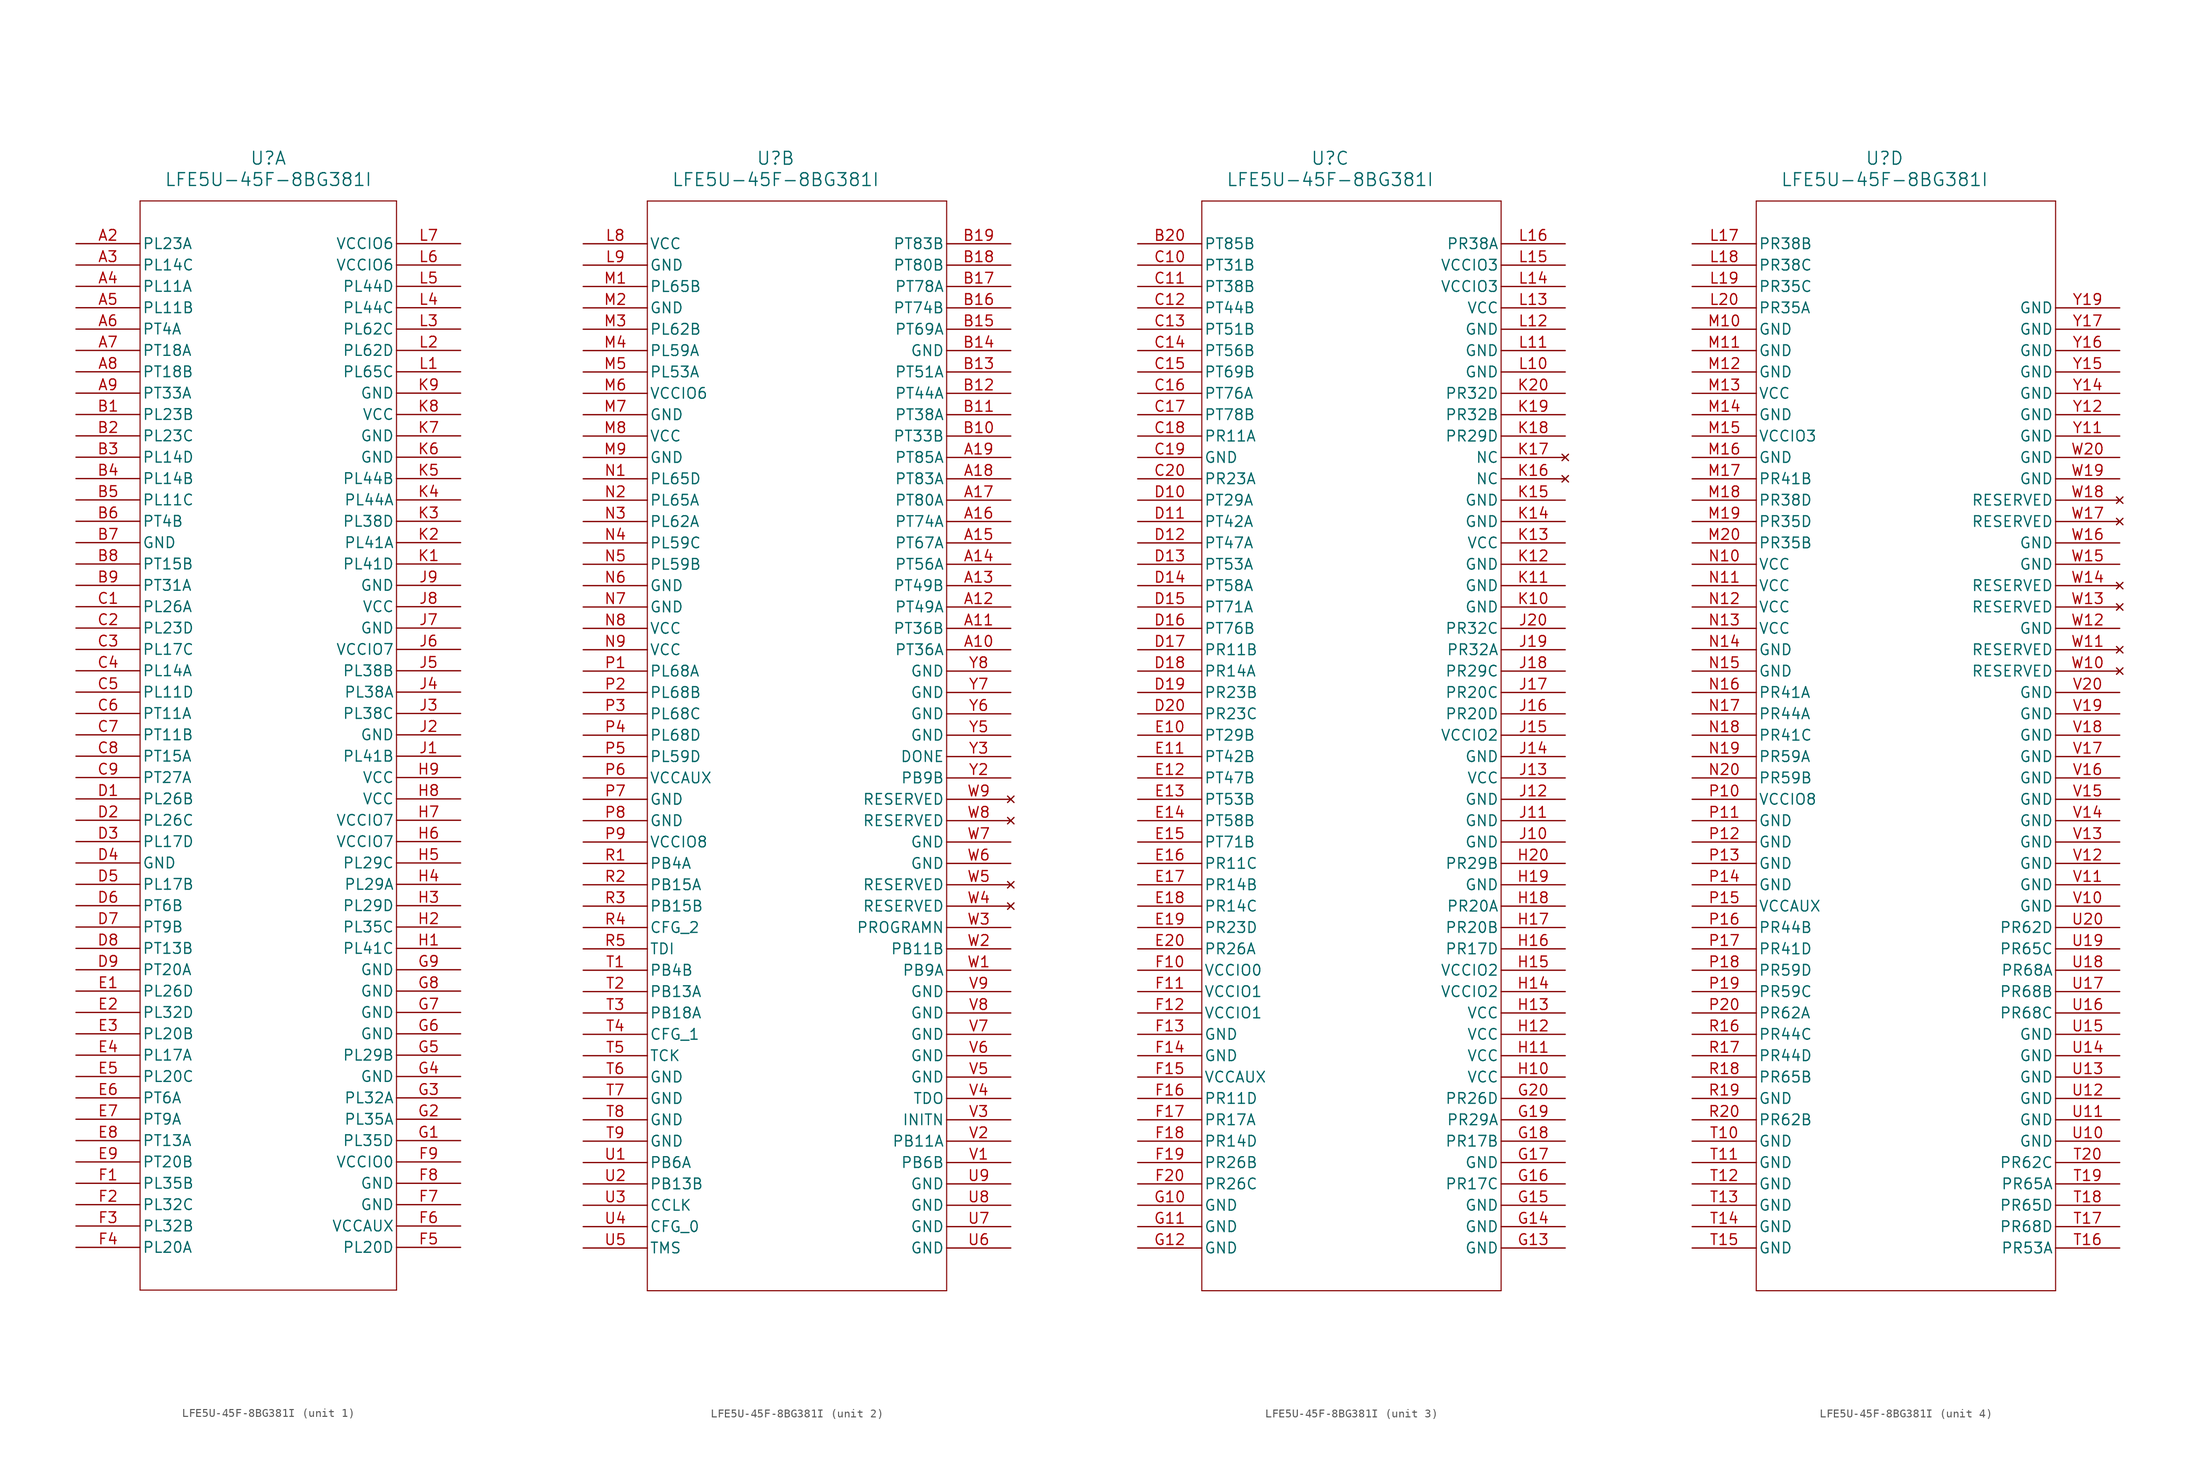
<source format=kicad_sym>
(kicad_symbol_lib
  (version 20211014)
  (generator kicad_symbol_editor)
  (symbol "LFE5U-45F-8BG381I"
    (pin_names
      (offset 0.254))
    (property "Reference" "U"
      (at 22.86 10.16 0)
      (effects (font (size 1.524 1.524))))
    (property "Value" "LFE5U-45F-8BG381I"
      (at 22.86 7.62 0)
      (effects (font (size 1.524 1.524))))
    (symbol "LFE5U-45F-8BG381I_1_1"
      (polyline (pts (xy 7.62 5.08) (xy 7.62 -124.46)) (stroke (width 0.127) (type default) (color 0 0 0 0)) (fill (type none)))
      (polyline (pts (xy 7.62 -124.46) (xy 38.1 -124.46)) (stroke (width 0.127) (type default) (color 0 0 0 0)) (fill (type none)))
      (polyline (pts (xy 38.1 -124.46) (xy 38.1 5.08)) (stroke (width 0.127) (type default) (color 0 0 0 0)) (fill (type none)))
      (polyline (pts (xy 38.1 5.08) (xy 7.62 5.08)) (stroke (width 0.127) (type default) (color 0 0 0 0)) (fill (type none)))
      (pin bidirectional line (at 0 0 0) (length 7.62) (name "PL23A" (effects (font (size 1.27 1.27)))) (number "A2" (effects (font (size 1.27 1.27)))))
      (pin bidirectional line (at 0 -2.54 0) (length 7.62) (name "PL14C" (effects (font (size 1.27 1.27)))) (number "A3" (effects (font (size 1.27 1.27)))))
      (pin bidirectional line (at 0 -5.08 0) (length 7.62) (name "PL11A" (effects (font (size 1.27 1.27)))) (number "A4" (effects (font (size 1.27 1.27)))))
      (pin bidirectional line (at 0 -7.62 0) (length 7.62) (name "PL11B" (effects (font (size 1.27 1.27)))) (number "A5" (effects (font (size 1.27 1.27)))))
      (pin bidirectional line (at 0 -10.16 0) (length 7.62) (name "PT4A" (effects (font (size 1.27 1.27)))) (number "A6" (effects (font (size 1.27 1.27)))))
      (pin bidirectional line (at 0 -12.7 0) (length 7.62) (name "PT18A" (effects (font (size 1.27 1.27)))) (number "A7" (effects (font (size 1.27 1.27)))))
      (pin bidirectional line (at 0 -15.24 0) (length 7.62) (name "PT18B" (effects (font (size 1.27 1.27)))) (number "A8" (effects (font (size 1.27 1.27)))))
      (pin bidirectional line (at 0 -17.78 0) (length 7.62) (name "PT33A" (effects (font (size 1.27 1.27)))) (number "A9" (effects (font (size 1.27 1.27)))))
      (pin bidirectional line (at 0 -20.32 0) (length 7.62) (name "PL23B" (effects (font (size 1.27 1.27)))) (number "B1" (effects (font (size 1.27 1.27)))))
      (pin bidirectional line (at 0 -22.86 0) (length 7.62) (name "PL23C" (effects (font (size 1.27 1.27)))) (number "B2" (effects (font (size 1.27 1.27)))))
      (pin bidirectional line (at 0 -25.4 0) (length 7.62) (name "PL14D" (effects (font (size 1.27 1.27)))) (number "B3" (effects (font (size 1.27 1.27)))))
      (pin bidirectional line (at 0 -27.94 0) (length 7.62) (name "PL14B" (effects (font (size 1.27 1.27)))) (number "B4" (effects (font (size 1.27 1.27)))))
      (pin bidirectional line (at 0 -30.48 0) (length 7.62) (name "PL11C" (effects (font (size 1.27 1.27)))) (number "B5" (effects (font (size 1.27 1.27)))))
      (pin bidirectional line (at 0 -33.02 0) (length 7.62) (name "PT4B" (effects (font (size 1.27 1.27)))) (number "B6" (effects (font (size 1.27 1.27)))))
      (pin power_out line (at 0 -35.56 0) (length 7.62) (name "GND" (effects (font (size 1.27 1.27)))) (number "B7" (effects (font (size 1.27 1.27)))))
      (pin bidirectional line (at 0 -38.1 0) (length 7.62) (name "PT15B" (effects (font (size 1.27 1.27)))) (number "B8" (effects (font (size 1.27 1.27)))))
      (pin bidirectional line (at 0 -40.64 0) (length 7.62) (name "PT31A" (effects (font (size 1.27 1.27)))) (number "B9" (effects (font (size 1.27 1.27)))))
      (pin bidirectional line (at 0 -43.18 0) (length 7.62) (name "PL26A" (effects (font (size 1.27 1.27)))) (number "C1" (effects (font (size 1.27 1.27)))))
      (pin bidirectional line (at 0 -45.72 0) (length 7.62) (name "PL23D" (effects (font (size 1.27 1.27)))) (number "C2" (effects (font (size 1.27 1.27)))))
      (pin bidirectional line (at 0 -48.26 0) (length 7.62) (name "PL17C" (effects (font (size 1.27 1.27)))) (number "C3" (effects (font (size 1.27 1.27)))))
      (pin bidirectional line (at 0 -50.8 0) (length 7.62) (name "PL14A" (effects (font (size 1.27 1.27)))) (number "C4" (effects (font (size 1.27 1.27)))))
      (pin bidirectional line (at 0 -53.34 0) (length 7.62) (name "PL11D" (effects (font (size 1.27 1.27)))) (number "C5" (effects (font (size 1.27 1.27)))))
      (pin bidirectional line (at 0 -55.88 0) (length 7.62) (name "PT11A" (effects (font (size 1.27 1.27)))) (number "C6" (effects (font (size 1.27 1.27)))))
      (pin bidirectional line (at 0 -58.42 0) (length 7.62) (name "PT11B" (effects (font (size 1.27 1.27)))) (number "C7" (effects (font (size 1.27 1.27)))))
      (pin bidirectional line (at 0 -60.96 0) (length 7.62) (name "PT15A" (effects (font (size 1.27 1.27)))) (number "C8" (effects (font (size 1.27 1.27)))))
      (pin bidirectional line (at 0 -63.5 0) (length 7.62) (name "PT27A" (effects (font (size 1.27 1.27)))) (number "C9" (effects (font (size 1.27 1.27)))))
      (pin bidirectional line (at 0 -66.04 0) (length 7.62) (name "PL26B" (effects (font (size 1.27 1.27)))) (number "D1" (effects (font (size 1.27 1.27)))))
      (pin bidirectional line (at 0 -68.58 0) (length 7.62) (name "PL26C" (effects (font (size 1.27 1.27)))) (number "D2" (effects (font (size 1.27 1.27)))))
      (pin bidirectional line (at 0 -71.12 0) (length 7.62) (name "PL17D" (effects (font (size 1.27 1.27)))) (number "D3" (effects (font (size 1.27 1.27)))))
      (pin power_out line (at 0 -73.66 0) (length 7.62) (name "GND" (effects (font (size 1.27 1.27)))) (number "D4" (effects (font (size 1.27 1.27)))))
      (pin bidirectional line (at 0 -76.2 0) (length 7.62) (name "PL17B" (effects (font (size 1.27 1.27)))) (number "D5" (effects (font (size 1.27 1.27)))))
      (pin bidirectional line (at 0 -78.74 0) (length 7.62) (name "PT6B" (effects (font (size 1.27 1.27)))) (number "D6" (effects (font (size 1.27 1.27)))))
      (pin bidirectional line (at 0 -81.28 0) (length 7.62) (name "PT9B" (effects (font (size 1.27 1.27)))) (number "D7" (effects (font (size 1.27 1.27)))))
      (pin bidirectional line (at 0 -83.82 0) (length 7.62) (name "PT13B" (effects (font (size 1.27 1.27)))) (number "D8" (effects (font (size 1.27 1.27)))))
      (pin bidirectional line (at 0 -86.36 0) (length 7.62) (name "PT20A" (effects (font (size 1.27 1.27)))) (number "D9" (effects (font (size 1.27 1.27)))))
      (pin bidirectional line (at 0 -88.9 0) (length 7.62) (name "PL26D" (effects (font (size 1.27 1.27)))) (number "E1" (effects (font (size 1.27 1.27)))))
      (pin bidirectional line (at 0 -91.44 0) (length 7.62) (name "PL32D" (effects (font (size 1.27 1.27)))) (number "E2" (effects (font (size 1.27 1.27)))))
      (pin bidirectional line (at 0 -93.98 0) (length 7.62) (name "PL20B" (effects (font (size 1.27 1.27)))) (number "E3" (effects (font (size 1.27 1.27)))))
      (pin bidirectional line (at 0 -96.52 0) (length 7.62) (name "PL17A" (effects (font (size 1.27 1.27)))) (number "E4" (effects (font (size 1.27 1.27)))))
      (pin bidirectional line (at 0 -99.06 0) (length 7.62) (name "PL20C" (effects (font (size 1.27 1.27)))) (number "E5" (effects (font (size 1.27 1.27)))))
      (pin bidirectional line (at 0 -101.6 0) (length 7.62) (name "PT6A" (effects (font (size 1.27 1.27)))) (number "E6" (effects (font (size 1.27 1.27)))))
      (pin bidirectional line (at 0 -104.14 0) (length 7.62) (name "PT9A" (effects (font (size 1.27 1.27)))) (number "E7" (effects (font (size 1.27 1.27)))))
      (pin bidirectional line (at 0 -106.68 0) (length 7.62) (name "PT13A" (effects (font (size 1.27 1.27)))) (number "E8" (effects (font (size 1.27 1.27)))))
      (pin bidirectional line (at 0 -109.22 0) (length 7.62) (name "PT20B" (effects (font (size 1.27 1.27)))) (number "E9" (effects (font (size 1.27 1.27)))))
      (pin bidirectional line (at 0 -111.76 0) (length 7.62) (name "PL35B" (effects (font (size 1.27 1.27)))) (number "F1" (effects (font (size 1.27 1.27)))))
      (pin bidirectional line (at 0 -114.3 0) (length 7.62) (name "PL32C" (effects (font (size 1.27 1.27)))) (number "F2" (effects (font (size 1.27 1.27)))))
      (pin bidirectional line (at 0 -116.84 0) (length 7.62) (name "PL32B" (effects (font (size 1.27 1.27)))) (number "F3" (effects (font (size 1.27 1.27)))))
      (pin bidirectional line (at 0 -119.38 0) (length 7.62) (name "PL20A" (effects (font (size 1.27 1.27)))) (number "F4" (effects (font (size 1.27 1.27)))))
      (pin bidirectional line (at 45.72 -119.38 180) (length 7.62) (name "PL20D" (effects (font (size 1.27 1.27)))) (number "F5" (effects (font (size 1.27 1.27)))))
      (pin power_in line (at 45.72 -116.84 180) (length 7.62) (name "VCCAUX" (effects (font (size 1.27 1.27)))) (number "F6" (effects (font (size 1.27 1.27)))))
      (pin power_out line (at 45.72 -114.3 180) (length 7.62) (name "GND" (effects (font (size 1.27 1.27)))) (number "F7" (effects (font (size 1.27 1.27)))))
      (pin power_out line (at 45.72 -111.76 180) (length 7.62) (name "GND" (effects (font (size 1.27 1.27)))) (number "F8" (effects (font (size 1.27 1.27)))))
      (pin power_in line (at 45.72 -109.22 180) (length 7.62) (name "VCCIO0" (effects (font (size 1.27 1.27)))) (number "F9" (effects (font (size 1.27 1.27)))))
      (pin bidirectional line (at 45.72 -106.68 180) (length 7.62) (name "PL35D" (effects (font (size 1.27 1.27)))) (number "G1" (effects (font (size 1.27 1.27)))))
      (pin bidirectional line (at 45.72 -104.14 180) (length 7.62) (name "PL35A" (effects (font (size 1.27 1.27)))) (number "G2" (effects (font (size 1.27 1.27)))))
      (pin bidirectional line (at 45.72 -101.6 180) (length 7.62) (name "PL32A" (effects (font (size 1.27 1.27)))) (number "G3" (effects (font (size 1.27 1.27)))))
      (pin power_out line (at 45.72 -99.06 180) (length 7.62) (name "GND" (effects (font (size 1.27 1.27)))) (number "G4" (effects (font (size 1.27 1.27)))))
      (pin bidirectional line (at 45.72 -96.52 180) (length 7.62) (name "PL29B" (effects (font (size 1.27 1.27)))) (number "G5" (effects (font (size 1.27 1.27)))))
      (pin power_out line (at 45.72 -93.98 180) (length 7.62) (name "GND" (effects (font (size 1.27 1.27)))) (number "G6" (effects (font (size 1.27 1.27)))))
      (pin power_out line (at 45.72 -91.44 180) (length 7.62) (name "GND" (effects (font (size 1.27 1.27)))) (number "G7" (effects (font (size 1.27 1.27)))))
      (pin power_out line (at 45.72 -88.9 180) (length 7.62) (name "GND" (effects (font (size 1.27 1.27)))) (number "G8" (effects (font (size 1.27 1.27)))))
      (pin power_out line (at 45.72 -86.36 180) (length 7.62) (name "GND" (effects (font (size 1.27 1.27)))) (number "G9" (effects (font (size 1.27 1.27)))))
      (pin bidirectional line (at 45.72 -83.82 180) (length 7.62) (name "PL41C" (effects (font (size 1.27 1.27)))) (number "H1" (effects (font (size 1.27 1.27)))))
      (pin bidirectional line (at 45.72 -81.28 180) (length 7.62) (name "PL35C" (effects (font (size 1.27 1.27)))) (number "H2" (effects (font (size 1.27 1.27)))))
      (pin bidirectional line (at 45.72 -78.74 180) (length 7.62) (name "PL29D" (effects (font (size 1.27 1.27)))) (number "H3" (effects (font (size 1.27 1.27)))))
      (pin bidirectional line (at 45.72 -76.2 180) (length 7.62) (name "PL29A" (effects (font (size 1.27 1.27)))) (number "H4" (effects (font (size 1.27 1.27)))))
      (pin bidirectional line (at 45.72 -73.66 180) (length 7.62) (name "PL29C" (effects (font (size 1.27 1.27)))) (number "H5" (effects (font (size 1.27 1.27)))))
      (pin power_in line (at 45.72 -71.12 180) (length 7.62) (name "VCCIO7" (effects (font (size 1.27 1.27)))) (number "H6" (effects (font (size 1.27 1.27)))))
      (pin power_in line (at 45.72 -68.58 180) (length 7.62) (name "VCCIO7" (effects (font (size 1.27 1.27)))) (number "H7" (effects (font (size 1.27 1.27)))))
      (pin power_in line (at 45.72 -66.04 180) (length 7.62) (name "VCC" (effects (font (size 1.27 1.27)))) (number "H8" (effects (font (size 1.27 1.27)))))
      (pin power_in line (at 45.72 -63.5 180) (length 7.62) (name "VCC" (effects (font (size 1.27 1.27)))) (number "H9" (effects (font (size 1.27 1.27)))))
      (pin bidirectional line (at 45.72 -60.96 180) (length 7.62) (name "PL41B" (effects (font (size 1.27 1.27)))) (number "J1" (effects (font (size 1.27 1.27)))))
      (pin power_out line (at 45.72 -58.42 180) (length 7.62) (name "GND" (effects (font (size 1.27 1.27)))) (number "J2" (effects (font (size 1.27 1.27)))))
      (pin bidirectional line (at 45.72 -55.88 180) (length 7.62) (name "PL38C" (effects (font (size 1.27 1.27)))) (number "J3" (effects (font (size 1.27 1.27)))))
      (pin bidirectional line (at 45.72 -53.34 180) (length 7.62) (name "PL38A" (effects (font (size 1.27 1.27)))) (number "J4" (effects (font (size 1.27 1.27)))))
      (pin bidirectional line (at 45.72 -50.8 180) (length 7.62) (name "PL38B" (effects (font (size 1.27 1.27)))) (number "J5" (effects (font (size 1.27 1.27)))))
      (pin power_in line (at 45.72 -48.26 180) (length 7.62) (name "VCCIO7" (effects (font (size 1.27 1.27)))) (number "J6" (effects (font (size 1.27 1.27)))))
      (pin power_out line (at 45.72 -45.72 180) (length 7.62) (name "GND" (effects (font (size 1.27 1.27)))) (number "J7" (effects (font (size 1.27 1.27)))))
      (pin power_in line (at 45.72 -43.18 180) (length 7.62) (name "VCC" (effects (font (size 1.27 1.27)))) (number "J8" (effects (font (size 1.27 1.27)))))
      (pin power_out line (at 45.72 -40.64 180) (length 7.62) (name "GND" (effects (font (size 1.27 1.27)))) (number "J9" (effects (font (size 1.27 1.27)))))
      (pin bidirectional line (at 45.72 -38.1 180) (length 7.62) (name "PL41D" (effects (font (size 1.27 1.27)))) (number "K1" (effects (font (size 1.27 1.27)))))
      (pin bidirectional line (at 45.72 -35.56 180) (length 7.62) (name "PL41A" (effects (font (size 1.27 1.27)))) (number "K2" (effects (font (size 1.27 1.27)))))
      (pin bidirectional line (at 45.72 -33.02 180) (length 7.62) (name "PL38D" (effects (font (size 1.27 1.27)))) (number "K3" (effects (font (size 1.27 1.27)))))
      (pin bidirectional line (at 45.72 -30.48 180) (length 7.62) (name "PL44A" (effects (font (size 1.27 1.27)))) (number "K4" (effects (font (size 1.27 1.27)))))
      (pin bidirectional line (at 45.72 -27.94 180) (length 7.62) (name "PL44B" (effects (font (size 1.27 1.27)))) (number "K5" (effects (font (size 1.27 1.27)))))
      (pin power_out line (at 45.72 -25.4 180) (length 7.62) (name "GND" (effects (font (size 1.27 1.27)))) (number "K6" (effects (font (size 1.27 1.27)))))
      (pin power_out line (at 45.72 -22.86 180) (length 7.62) (name "GND" (effects (font (size 1.27 1.27)))) (number "K7" (effects (font (size 1.27 1.27)))))
      (pin power_in line (at 45.72 -20.32 180) (length 7.62) (name "VCC" (effects (font (size 1.27 1.27)))) (number "K8" (effects (font (size 1.27 1.27)))))
      (pin power_out line (at 45.72 -17.78 180) (length 7.62) (name "GND" (effects (font (size 1.27 1.27)))) (number "K9" (effects (font (size 1.27 1.27)))))
      (pin bidirectional line (at 45.72 -15.24 180) (length 7.62) (name "PL65C" (effects (font (size 1.27 1.27)))) (number "L1" (effects (font (size 1.27 1.27)))))
      (pin bidirectional line (at 45.72 -12.7 180) (length 7.62) (name "PL62D" (effects (font (size 1.27 1.27)))) (number "L2" (effects (font (size 1.27 1.27)))))
      (pin bidirectional line (at 45.72 -10.16 180) (length 7.62) (name "PL62C" (effects (font (size 1.27 1.27)))) (number "L3" (effects (font (size 1.27 1.27)))))
      (pin bidirectional line (at 45.72 -7.62 180) (length 7.62) (name "PL44C" (effects (font (size 1.27 1.27)))) (number "L4" (effects (font (size 1.27 1.27)))))
      (pin bidirectional line (at 45.72 -5.08 180) (length 7.62) (name "PL44D" (effects (font (size 1.27 1.27)))) (number "L5" (effects (font (size 1.27 1.27)))))
      (pin power_in line (at 45.72 -2.54 180) (length 7.62) (name "VCCIO6" (effects (font (size 1.27 1.27)))) (number "L6" (effects (font (size 1.27 1.27)))))
      (pin power_in line (at 45.72 0 180) (length 7.62) (name "VCCIO6" (effects (font (size 1.27 1.27)))) (number "L7" (effects (font (size 1.27 1.27))))))
    (symbol "LFE5U-45F-8BG381I_2_1"
      (polyline (pts (xy 7.62 5.08) (xy 7.62 -124.46)) (stroke (width 0.127) (type default) (color 0 0 0 0)) (fill (type none)))
      (polyline (pts (xy 7.62 -124.46) (xy 43.18 -124.46)) (stroke (width 0.127) (type default) (color 0 0 0 0)) (fill (type none)))
      (polyline (pts (xy 43.18 -124.46) (xy 43.18 5.08)) (stroke (width 0.127) (type default) (color 0 0 0 0)) (fill (type none)))
      (polyline (pts (xy 43.18 5.08) (xy 7.62 5.08)) (stroke (width 0.127) (type default) (color 0 0 0 0)) (fill (type none)))
      (pin power_in line (at 0 0 0) (length 7.62) (name "VCC" (effects (font (size 1.27 1.27)))) (number "L8" (effects (font (size 1.27 1.27)))))
      (pin power_out line (at 0 -2.54 0) (length 7.62) (name "GND" (effects (font (size 1.27 1.27)))) (number "L9" (effects (font (size 1.27 1.27)))))
      (pin bidirectional line (at 0 -5.08 0) (length 7.62) (name "PL65B" (effects (font (size 1.27 1.27)))) (number "M1" (effects (font (size 1.27 1.27)))))
      (pin power_out line (at 0 -7.62 0) (length 7.62) (name "GND" (effects (font (size 1.27 1.27)))) (number "M2" (effects (font (size 1.27 1.27)))))
      (pin bidirectional line (at 0 -10.16 0) (length 7.62) (name "PL62B" (effects (font (size 1.27 1.27)))) (number "M3" (effects (font (size 1.27 1.27)))))
      (pin bidirectional line (at 0 -12.7 0) (length 7.62) (name "PL59A" (effects (font (size 1.27 1.27)))) (number "M4" (effects (font (size 1.27 1.27)))))
      (pin bidirectional line (at 0 -15.24 0) (length 7.62) (name "PL53A" (effects (font (size 1.27 1.27)))) (number "M5" (effects (font (size 1.27 1.27)))))
      (pin power_in line (at 0 -17.78 0) (length 7.62) (name "VCCIO6" (effects (font (size 1.27 1.27)))) (number "M6" (effects (font (size 1.27 1.27)))))
      (pin power_out line (at 0 -20.32 0) (length 7.62) (name "GND" (effects (font (size 1.27 1.27)))) (number "M7" (effects (font (size 1.27 1.27)))))
      (pin power_in line (at 0 -22.86 0) (length 7.62) (name "VCC" (effects (font (size 1.27 1.27)))) (number "M8" (effects (font (size 1.27 1.27)))))
      (pin power_out line (at 0 -25.4 0) (length 7.62) (name "GND" (effects (font (size 1.27 1.27)))) (number "M9" (effects (font (size 1.27 1.27)))))
      (pin bidirectional line (at 0 -27.94 0) (length 7.62) (name "PL65D" (effects (font (size 1.27 1.27)))) (number "N1" (effects (font (size 1.27 1.27)))))
      (pin bidirectional line (at 0 -30.48 0) (length 7.62) (name "PL65A" (effects (font (size 1.27 1.27)))) (number "N2" (effects (font (size 1.27 1.27)))))
      (pin bidirectional line (at 0 -33.02 0) (length 7.62) (name "PL62A" (effects (font (size 1.27 1.27)))) (number "N3" (effects (font (size 1.27 1.27)))))
      (pin bidirectional line (at 0 -35.56 0) (length 7.62) (name "PL59C" (effects (font (size 1.27 1.27)))) (number "N4" (effects (font (size 1.27 1.27)))))
      (pin bidirectional line (at 0 -38.1 0) (length 7.62) (name "PL59B" (effects (font (size 1.27 1.27)))) (number "N5" (effects (font (size 1.27 1.27)))))
      (pin power_out line (at 0 -40.64 0) (length 7.62) (name "GND" (effects (font (size 1.27 1.27)))) (number "N6" (effects (font (size 1.27 1.27)))))
      (pin power_out line (at 0 -43.18 0) (length 7.62) (name "GND" (effects (font (size 1.27 1.27)))) (number "N7" (effects (font (size 1.27 1.27)))))
      (pin power_in line (at 0 -45.72 0) (length 7.62) (name "VCC" (effects (font (size 1.27 1.27)))) (number "N8" (effects (font (size 1.27 1.27)))))
      (pin power_in line (at 0 -48.26 0) (length 7.62) (name "VCC" (effects (font (size 1.27 1.27)))) (number "N9" (effects (font (size 1.27 1.27)))))
      (pin bidirectional line (at 0 -50.8 0) (length 7.62) (name "PL68A" (effects (font (size 1.27 1.27)))) (number "P1" (effects (font (size 1.27 1.27)))))
      (pin bidirectional line (at 0 -53.34 0) (length 7.62) (name "PL68B" (effects (font (size 1.27 1.27)))) (number "P2" (effects (font (size 1.27 1.27)))))
      (pin bidirectional line (at 0 -55.88 0) (length 7.62) (name "PL68C" (effects (font (size 1.27 1.27)))) (number "P3" (effects (font (size 1.27 1.27)))))
      (pin bidirectional line (at 0 -58.42 0) (length 7.62) (name "PL68D" (effects (font (size 1.27 1.27)))) (number "P4" (effects (font (size 1.27 1.27)))))
      (pin bidirectional line (at 0 -60.96 0) (length 7.62) (name "PL59D" (effects (font (size 1.27 1.27)))) (number "P5" (effects (font (size 1.27 1.27)))))
      (pin power_in line (at 0 -63.5 0) (length 7.62) (name "VCCAUX" (effects (font (size 1.27 1.27)))) (number "P6" (effects (font (size 1.27 1.27)))))
      (pin power_out line (at 0 -66.04 0) (length 7.62) (name "GND" (effects (font (size 1.27 1.27)))) (number "P7" (effects (font (size 1.27 1.27)))))
      (pin power_out line (at 0 -68.58 0) (length 7.62) (name "GND" (effects (font (size 1.27 1.27)))) (number "P8" (effects (font (size 1.27 1.27)))))
      (pin power_in line (at 0 -71.12 0) (length 7.62) (name "VCCIO8" (effects (font (size 1.27 1.27)))) (number "P9" (effects (font (size 1.27 1.27)))))
      (pin bidirectional line (at 0 -73.66 0) (length 7.62) (name "PB4A" (effects (font (size 1.27 1.27)))) (number "R1" (effects (font (size 1.27 1.27)))))
      (pin bidirectional line (at 0 -76.2 0) (length 7.62) (name "PB15A" (effects (font (size 1.27 1.27)))) (number "R2" (effects (font (size 1.27 1.27)))))
      (pin bidirectional line (at 0 -78.74 0) (length 7.62) (name "PB15B" (effects (font (size 1.27 1.27)))) (number "R3" (effects (font (size 1.27 1.27)))))
      (pin input line (at 0 -81.28 0) (length 7.62) (name "CFG_2" (effects (font (size 1.27 1.27)))) (number "R4" (effects (font (size 1.27 1.27)))))
      (pin input line (at 0 -83.82 0) (length 7.62) (name "TDI" (effects (font (size 1.27 1.27)))) (number "R5" (effects (font (size 1.27 1.27)))))
      (pin bidirectional line (at 0 -86.36 0) (length 7.62) (name "PB4B" (effects (font (size 1.27 1.27)))) (number "T1" (effects (font (size 1.27 1.27)))))
      (pin bidirectional line (at 0 -88.9 0) (length 7.62) (name "PB13A" (effects (font (size 1.27 1.27)))) (number "T2" (effects (font (size 1.27 1.27)))))
      (pin bidirectional line (at 0 -91.44 0) (length 7.62) (name "PB18A" (effects (font (size 1.27 1.27)))) (number "T3" (effects (font (size 1.27 1.27)))))
      (pin input line (at 0 -93.98 0) (length 7.62) (name "CFG_1" (effects (font (size 1.27 1.27)))) (number "T4" (effects (font (size 1.27 1.27)))))
      (pin input line (at 0 -96.52 0) (length 7.62) (name "TCK" (effects (font (size 1.27 1.27)))) (number "T5" (effects (font (size 1.27 1.27)))))
      (pin power_out line (at 0 -99.06 0) (length 7.62) (name "GND" (effects (font (size 1.27 1.27)))) (number "T6" (effects (font (size 1.27 1.27)))))
      (pin power_out line (at 0 -101.6 0) (length 7.62) (name "GND" (effects (font (size 1.27 1.27)))) (number "T7" (effects (font (size 1.27 1.27)))))
      (pin power_out line (at 0 -104.14 0) (length 7.62) (name "GND" (effects (font (size 1.27 1.27)))) (number "T8" (effects (font (size 1.27 1.27)))))
      (pin power_out line (at 0 -106.68 0) (length 7.62) (name "GND" (effects (font (size 1.27 1.27)))) (number "T9" (effects (font (size 1.27 1.27)))))
      (pin bidirectional line (at 0 -109.22 0) (length 7.62) (name "PB6A" (effects (font (size 1.27 1.27)))) (number "U1" (effects (font (size 1.27 1.27)))))
      (pin bidirectional line (at 0 -111.76 0) (length 7.62) (name "PB13B" (effects (font (size 1.27 1.27)))) (number "U2" (effects (font (size 1.27 1.27)))))
      (pin bidirectional line (at 0 -114.3 0) (length 7.62) (name "CCLK" (effects (font (size 1.27 1.27)))) (number "U3" (effects (font (size 1.27 1.27)))))
      (pin input line (at 0 -116.84 0) (length 7.62) (name "CFG_0" (effects (font (size 1.27 1.27)))) (number "U4" (effects (font (size 1.27 1.27)))))
      (pin input line (at 0 -119.38 0) (length 7.62) (name "TMS" (effects (font (size 1.27 1.27)))) (number "U5" (effects (font (size 1.27 1.27)))))
      (pin power_out line (at 50.8 -119.38 180) (length 7.62) (name "GND" (effects (font (size 1.27 1.27)))) (number "U6" (effects (font (size 1.27 1.27)))))
      (pin power_out line (at 50.8 -116.84 180) (length 7.62) (name "GND" (effects (font (size 1.27 1.27)))) (number "U7" (effects (font (size 1.27 1.27)))))
      (pin power_out line (at 50.8 -114.3 180) (length 7.62) (name "GND" (effects (font (size 1.27 1.27)))) (number "U8" (effects (font (size 1.27 1.27)))))
      (pin power_out line (at 50.8 -111.76 180) (length 7.62) (name "GND" (effects (font (size 1.27 1.27)))) (number "U9" (effects (font (size 1.27 1.27)))))
      (pin bidirectional line (at 50.8 -109.22 180) (length 7.62) (name "PB6B" (effects (font (size 1.27 1.27)))) (number "V1" (effects (font (size 1.27 1.27)))))
      (pin bidirectional line (at 50.8 -106.68 180) (length 7.62) (name "PB11A" (effects (font (size 1.27 1.27)))) (number "V2" (effects (font (size 1.27 1.27)))))
      (pin bidirectional line (at 50.8 -104.14 180) (length 7.62) (name "INITN" (effects (font (size 1.27 1.27)))) (number "V3" (effects (font (size 1.27 1.27)))))
      (pin output line (at 50.8 -101.6 180) (length 7.62) (name "TDO" (effects (font (size 1.27 1.27)))) (number "V4" (effects (font (size 1.27 1.27)))))
      (pin power_out line (at 50.8 -99.06 180) (length 7.62) (name "GND" (effects (font (size 1.27 1.27)))) (number "V5" (effects (font (size 1.27 1.27)))))
      (pin power_out line (at 50.8 -96.52 180) (length 7.62) (name "GND" (effects (font (size 1.27 1.27)))) (number "V6" (effects (font (size 1.27 1.27)))))
      (pin power_out line (at 50.8 -93.98 180) (length 7.62) (name "GND" (effects (font (size 1.27 1.27)))) (number "V7" (effects (font (size 1.27 1.27)))))
      (pin power_out line (at 50.8 -91.44 180) (length 7.62) (name "GND" (effects (font (size 1.27 1.27)))) (number "V8" (effects (font (size 1.27 1.27)))))
      (pin power_out line (at 50.8 -88.9 180) (length 7.62) (name "GND" (effects (font (size 1.27 1.27)))) (number "V9" (effects (font (size 1.27 1.27)))))
      (pin bidirectional line (at 50.8 -86.36 180) (length 7.62) (name "PB9A" (effects (font (size 1.27 1.27)))) (number "W1" (effects (font (size 1.27 1.27)))))
      (pin bidirectional line (at 50.8 -83.82 180) (length 7.62) (name "PB11B" (effects (font (size 1.27 1.27)))) (number "W2" (effects (font (size 1.27 1.27)))))
      (pin input line (at 50.8 -81.28 180) (length 7.62) (name "PROGRAMN" (effects (font (size 1.27 1.27)))) (number "W3" (effects (font (size 1.27 1.27)))))
      (pin no_connect line (at 50.8 -78.74 180) (length 7.62) (name "RESERVED" (effects (font (size 1.27 1.27)))) (number "W4" (effects (font (size 1.27 1.27)))))
      (pin no_connect line (at 50.8 -76.2 180) (length 7.62) (name "RESERVED" (effects (font (size 1.27 1.27)))) (number "W5" (effects (font (size 1.27 1.27)))))
      (pin power_out line (at 50.8 -73.66 180) (length 7.62) (name "GND" (effects (font (size 1.27 1.27)))) (number "W6" (effects (font (size 1.27 1.27)))))
      (pin power_out line (at 50.8 -71.12 180) (length 7.62) (name "GND" (effects (font (size 1.27 1.27)))) (number "W7" (effects (font (size 1.27 1.27)))))
      (pin no_connect line (at 50.8 -68.58 180) (length 7.62) (name "RESERVED" (effects (font (size 1.27 1.27)))) (number "W8" (effects (font (size 1.27 1.27)))))
      (pin no_connect line (at 50.8 -66.04 180) (length 7.62) (name "RESERVED" (effects (font (size 1.27 1.27)))) (number "W9" (effects (font (size 1.27 1.27)))))
      (pin bidirectional line (at 50.8 -63.5 180) (length 7.62) (name "PB9B" (effects (font (size 1.27 1.27)))) (number "Y2" (effects (font (size 1.27 1.27)))))
      (pin bidirectional line (at 50.8 -60.96 180) (length 7.62) (name "DONE" (effects (font (size 1.27 1.27)))) (number "Y3" (effects (font (size 1.27 1.27)))))
      (pin power_out line (at 50.8 -58.42 180) (length 7.62) (name "GND" (effects (font (size 1.27 1.27)))) (number "Y5" (effects (font (size 1.27 1.27)))))
      (pin power_out line (at 50.8 -55.88 180) (length 7.62) (name "GND" (effects (font (size 1.27 1.27)))) (number "Y6" (effects (font (size 1.27 1.27)))))
      (pin power_out line (at 50.8 -53.34 180) (length 7.62) (name "GND" (effects (font (size 1.27 1.27)))) (number "Y7" (effects (font (size 1.27 1.27)))))
      (pin power_out line (at 50.8 -50.8 180) (length 7.62) (name "GND" (effects (font (size 1.27 1.27)))) (number "Y8" (effects (font (size 1.27 1.27)))))
      (pin bidirectional line (at 50.8 -48.26 180) (length 7.62) (name "PT36A" (effects (font (size 1.27 1.27)))) (number "A10" (effects (font (size 1.27 1.27)))))
      (pin bidirectional line (at 50.8 -45.72 180) (length 7.62) (name "PT36B" (effects (font (size 1.27 1.27)))) (number "A11" (effects (font (size 1.27 1.27)))))
      (pin bidirectional line (at 50.8 -43.18 180) (length 7.62) (name "PT49A" (effects (font (size 1.27 1.27)))) (number "A12" (effects (font (size 1.27 1.27)))))
      (pin bidirectional line (at 50.8 -40.64 180) (length 7.62) (name "PT49B" (effects (font (size 1.27 1.27)))) (number "A13" (effects (font (size 1.27 1.27)))))
      (pin bidirectional line (at 50.8 -38.1 180) (length 7.62) (name "PT56A" (effects (font (size 1.27 1.27)))) (number "A14" (effects (font (size 1.27 1.27)))))
      (pin bidirectional line (at 50.8 -35.56 180) (length 7.62) (name "PT67A" (effects (font (size 1.27 1.27)))) (number "A15" (effects (font (size 1.27 1.27)))))
      (pin bidirectional line (at 50.8 -33.02 180) (length 7.62) (name "PT74A" (effects (font (size 1.27 1.27)))) (number "A16" (effects (font (size 1.27 1.27)))))
      (pin bidirectional line (at 50.8 -30.48 180) (length 7.62) (name "PT80A" (effects (font (size 1.27 1.27)))) (number "A17" (effects (font (size 1.27 1.27)))))
      (pin bidirectional line (at 50.8 -27.94 180) (length 7.62) (name "PT83A" (effects (font (size 1.27 1.27)))) (number "A18" (effects (font (size 1.27 1.27)))))
      (pin bidirectional line (at 50.8 -25.4 180) (length 7.62) (name "PT85A" (effects (font (size 1.27 1.27)))) (number "A19" (effects (font (size 1.27 1.27)))))
      (pin bidirectional line (at 50.8 -22.86 180) (length 7.62) (name "PT33B" (effects (font (size 1.27 1.27)))) (number "B10" (effects (font (size 1.27 1.27)))))
      (pin bidirectional line (at 50.8 -20.32 180) (length 7.62) (name "PT38A" (effects (font (size 1.27 1.27)))) (number "B11" (effects (font (size 1.27 1.27)))))
      (pin bidirectional line (at 50.8 -17.78 180) (length 7.62) (name "PT44A" (effects (font (size 1.27 1.27)))) (number "B12" (effects (font (size 1.27 1.27)))))
      (pin bidirectional line (at 50.8 -15.24 180) (length 7.62) (name "PT51A" (effects (font (size 1.27 1.27)))) (number "B13" (effects (font (size 1.27 1.27)))))
      (pin power_out line (at 50.8 -12.7 180) (length 7.62) (name "GND" (effects (font (size 1.27 1.27)))) (number "B14" (effects (font (size 1.27 1.27)))))
      (pin bidirectional line (at 50.8 -10.16 180) (length 7.62) (name "PT69A" (effects (font (size 1.27 1.27)))) (number "B15" (effects (font (size 1.27 1.27)))))
      (pin bidirectional line (at 50.8 -7.62 180) (length 7.62) (name "PT74B" (effects (font (size 1.27 1.27)))) (number "B16" (effects (font (size 1.27 1.27)))))
      (pin bidirectional line (at 50.8 -5.08 180) (length 7.62) (name "PT78A" (effects (font (size 1.27 1.27)))) (number "B17" (effects (font (size 1.27 1.27)))))
      (pin bidirectional line (at 50.8 -2.54 180) (length 7.62) (name "PT80B" (effects (font (size 1.27 1.27)))) (number "B18" (effects (font (size 1.27 1.27)))))
      (pin bidirectional line (at 50.8 0 180) (length 7.62) (name "PT83B" (effects (font (size 1.27 1.27)))) (number "B19" (effects (font (size 1.27 1.27))))))
    (symbol "LFE5U-45F-8BG381I_3_1"
      (polyline (pts (xy 7.62 5.08) (xy 7.62 -124.46)) (stroke (width 0.127) (type default) (color 0 0 0 0)) (fill (type none)))
      (polyline (pts (xy 7.62 -124.46) (xy 43.18 -124.46)) (stroke (width 0.127) (type default) (color 0 0 0 0)) (fill (type none)))
      (polyline (pts (xy 43.18 -124.46) (xy 43.18 5.08)) (stroke (width 0.127) (type default) (color 0 0 0 0)) (fill (type none)))
      (polyline (pts (xy 43.18 5.08) (xy 7.62 5.08)) (stroke (width 0.127) (type default) (color 0 0 0 0)) (fill (type none)))
      (pin bidirectional line (at 0 0 0) (length 7.62) (name "PT85B" (effects (font (size 1.27 1.27)))) (number "B20" (effects (font (size 1.27 1.27)))))
      (pin bidirectional line (at 0 -2.54 0) (length 7.62) (name "PT31B" (effects (font (size 1.27 1.27)))) (number "C10" (effects (font (size 1.27 1.27)))))
      (pin bidirectional line (at 0 -5.08 0) (length 7.62) (name "PT38B" (effects (font (size 1.27 1.27)))) (number "C11" (effects (font (size 1.27 1.27)))))
      (pin bidirectional line (at 0 -7.62 0) (length 7.62) (name "PT44B" (effects (font (size 1.27 1.27)))) (number "C12" (effects (font (size 1.27 1.27)))))
      (pin bidirectional line (at 0 -10.16 0) (length 7.62) (name "PT51B" (effects (font (size 1.27 1.27)))) (number "C13" (effects (font (size 1.27 1.27)))))
      (pin bidirectional line (at 0 -12.7 0) (length 7.62) (name "PT56B" (effects (font (size 1.27 1.27)))) (number "C14" (effects (font (size 1.27 1.27)))))
      (pin bidirectional line (at 0 -15.24 0) (length 7.62) (name "PT69B" (effects (font (size 1.27 1.27)))) (number "C15" (effects (font (size 1.27 1.27)))))
      (pin bidirectional line (at 0 -17.78 0) (length 7.62) (name "PT76A" (effects (font (size 1.27 1.27)))) (number "C16" (effects (font (size 1.27 1.27)))))
      (pin bidirectional line (at 0 -20.32 0) (length 7.62) (name "PT78B" (effects (font (size 1.27 1.27)))) (number "C17" (effects (font (size 1.27 1.27)))))
      (pin bidirectional line (at 0 -22.86 0) (length 7.62) (name "PR11A" (effects (font (size 1.27 1.27)))) (number "C18" (effects (font (size 1.27 1.27)))))
      (pin power_out line (at 0 -25.4 0) (length 7.62) (name "GND" (effects (font (size 1.27 1.27)))) (number "C19" (effects (font (size 1.27 1.27)))))
      (pin bidirectional line (at 0 -27.94 0) (length 7.62) (name "PR23A" (effects (font (size 1.27 1.27)))) (number "C20" (effects (font (size 1.27 1.27)))))
      (pin bidirectional line (at 0 -30.48 0) (length 7.62) (name "PT29A" (effects (font (size 1.27 1.27)))) (number "D10" (effects (font (size 1.27 1.27)))))
      (pin bidirectional line (at 0 -33.02 0) (length 7.62) (name "PT42A" (effects (font (size 1.27 1.27)))) (number "D11" (effects (font (size 1.27 1.27)))))
      (pin bidirectional line (at 0 -35.56 0) (length 7.62) (name "PT47A" (effects (font (size 1.27 1.27)))) (number "D12" (effects (font (size 1.27 1.27)))))
      (pin bidirectional line (at 0 -38.1 0) (length 7.62) (name "PT53A" (effects (font (size 1.27 1.27)))) (number "D13" (effects (font (size 1.27 1.27)))))
      (pin bidirectional line (at 0 -40.64 0) (length 7.62) (name "PT58A" (effects (font (size 1.27 1.27)))) (number "D14" (effects (font (size 1.27 1.27)))))
      (pin bidirectional line (at 0 -43.18 0) (length 7.62) (name "PT71A" (effects (font (size 1.27 1.27)))) (number "D15" (effects (font (size 1.27 1.27)))))
      (pin bidirectional line (at 0 -45.72 0) (length 7.62) (name "PT76B" (effects (font (size 1.27 1.27)))) (number "D16" (effects (font (size 1.27 1.27)))))
      (pin bidirectional line (at 0 -48.26 0) (length 7.62) (name "PR11B" (effects (font (size 1.27 1.27)))) (number "D17" (effects (font (size 1.27 1.27)))))
      (pin bidirectional line (at 0 -50.8 0) (length 7.62) (name "PR14A" (effects (font (size 1.27 1.27)))) (number "D18" (effects (font (size 1.27 1.27)))))
      (pin bidirectional line (at 0 -53.34 0) (length 7.62) (name "PR23B" (effects (font (size 1.27 1.27)))) (number "D19" (effects (font (size 1.27 1.27)))))
      (pin bidirectional line (at 0 -55.88 0) (length 7.62) (name "PR23C" (effects (font (size 1.27 1.27)))) (number "D20" (effects (font (size 1.27 1.27)))))
      (pin bidirectional line (at 0 -58.42 0) (length 7.62) (name "PT29B" (effects (font (size 1.27 1.27)))) (number "E10" (effects (font (size 1.27 1.27)))))
      (pin bidirectional line (at 0 -60.96 0) (length 7.62) (name "PT42B" (effects (font (size 1.27 1.27)))) (number "E11" (effects (font (size 1.27 1.27)))))
      (pin bidirectional line (at 0 -63.5 0) (length 7.62) (name "PT47B" (effects (font (size 1.27 1.27)))) (number "E12" (effects (font (size 1.27 1.27)))))
      (pin bidirectional line (at 0 -66.04 0) (length 7.62) (name "PT53B" (effects (font (size 1.27 1.27)))) (number "E13" (effects (font (size 1.27 1.27)))))
      (pin bidirectional line (at 0 -68.58 0) (length 7.62) (name "PT58B" (effects (font (size 1.27 1.27)))) (number "E14" (effects (font (size 1.27 1.27)))))
      (pin bidirectional line (at 0 -71.12 0) (length 7.62) (name "PT71B" (effects (font (size 1.27 1.27)))) (number "E15" (effects (font (size 1.27 1.27)))))
      (pin bidirectional line (at 0 -73.66 0) (length 7.62) (name "PR11C" (effects (font (size 1.27 1.27)))) (number "E16" (effects (font (size 1.27 1.27)))))
      (pin bidirectional line (at 0 -76.2 0) (length 7.62) (name "PR14B" (effects (font (size 1.27 1.27)))) (number "E17" (effects (font (size 1.27 1.27)))))
      (pin bidirectional line (at 0 -78.74 0) (length 7.62) (name "PR14C" (effects (font (size 1.27 1.27)))) (number "E18" (effects (font (size 1.27 1.27)))))
      (pin bidirectional line (at 0 -81.28 0) (length 7.62) (name "PR23D" (effects (font (size 1.27 1.27)))) (number "E19" (effects (font (size 1.27 1.27)))))
      (pin bidirectional line (at 0 -83.82 0) (length 7.62) (name "PR26A" (effects (font (size 1.27 1.27)))) (number "E20" (effects (font (size 1.27 1.27)))))
      (pin power_in line (at 0 -86.36 0) (length 7.62) (name "VCCIO0" (effects (font (size 1.27 1.27)))) (number "F10" (effects (font (size 1.27 1.27)))))
      (pin power_in line (at 0 -88.9 0) (length 7.62) (name "VCCIO1" (effects (font (size 1.27 1.27)))) (number "F11" (effects (font (size 1.27 1.27)))))
      (pin power_in line (at 0 -91.44 0) (length 7.62) (name "VCCIO1" (effects (font (size 1.27 1.27)))) (number "F12" (effects (font (size 1.27 1.27)))))
      (pin power_out line (at 0 -93.98 0) (length 7.62) (name "GND" (effects (font (size 1.27 1.27)))) (number "F13" (effects (font (size 1.27 1.27)))))
      (pin power_out line (at 0 -96.52 0) (length 7.62) (name "GND" (effects (font (size 1.27 1.27)))) (number "F14" (effects (font (size 1.27 1.27)))))
      (pin power_in line (at 0 -99.06 0) (length 7.62) (name "VCCAUX" (effects (font (size 1.27 1.27)))) (number "F15" (effects (font (size 1.27 1.27)))))
      (pin bidirectional line (at 0 -101.6 0) (length 7.62) (name "PR11D" (effects (font (size 1.27 1.27)))) (number "F16" (effects (font (size 1.27 1.27)))))
      (pin bidirectional line (at 0 -104.14 0) (length 7.62) (name "PR17A" (effects (font (size 1.27 1.27)))) (number "F17" (effects (font (size 1.27 1.27)))))
      (pin bidirectional line (at 0 -106.68 0) (length 7.62) (name "PR14D" (effects (font (size 1.27 1.27)))) (number "F18" (effects (font (size 1.27 1.27)))))
      (pin bidirectional line (at 0 -109.22 0) (length 7.62) (name "PR26B" (effects (font (size 1.27 1.27)))) (number "F19" (effects (font (size 1.27 1.27)))))
      (pin bidirectional line (at 0 -111.76 0) (length 7.62) (name "PR26C" (effects (font (size 1.27 1.27)))) (number "F20" (effects (font (size 1.27 1.27)))))
      (pin power_out line (at 0 -114.3 0) (length 7.62) (name "GND" (effects (font (size 1.27 1.27)))) (number "G10" (effects (font (size 1.27 1.27)))))
      (pin power_out line (at 0 -116.84 0) (length 7.62) (name "GND" (effects (font (size 1.27 1.27)))) (number "G11" (effects (font (size 1.27 1.27)))))
      (pin power_out line (at 0 -119.38 0) (length 7.62) (name "GND" (effects (font (size 1.27 1.27)))) (number "G12" (effects (font (size 1.27 1.27)))))
      (pin power_out line (at 50.8 -119.38 180) (length 7.62) (name "GND" (effects (font (size 1.27 1.27)))) (number "G13" (effects (font (size 1.27 1.27)))))
      (pin power_out line (at 50.8 -116.84 180) (length 7.62) (name "GND" (effects (font (size 1.27 1.27)))) (number "G14" (effects (font (size 1.27 1.27)))))
      (pin power_out line (at 50.8 -114.3 180) (length 7.62) (name "GND" (effects (font (size 1.27 1.27)))) (number "G15" (effects (font (size 1.27 1.27)))))
      (pin bidirectional line (at 50.8 -111.76 180) (length 7.62) (name "PR17C" (effects (font (size 1.27 1.27)))) (number "G16" (effects (font (size 1.27 1.27)))))
      (pin power_out line (at 50.8 -109.22 180) (length 7.62) (name "GND" (effects (font (size 1.27 1.27)))) (number "G17" (effects (font (size 1.27 1.27)))))
      (pin bidirectional line (at 50.8 -106.68 180) (length 7.62) (name "PR17B" (effects (font (size 1.27 1.27)))) (number "G18" (effects (font (size 1.27 1.27)))))
      (pin bidirectional line (at 50.8 -104.14 180) (length 7.62) (name "PR29A" (effects (font (size 1.27 1.27)))) (number "G19" (effects (font (size 1.27 1.27)))))
      (pin bidirectional line (at 50.8 -101.6 180) (length 7.62) (name "PR26D" (effects (font (size 1.27 1.27)))) (number "G20" (effects (font (size 1.27 1.27)))))
      (pin power_in line (at 50.8 -99.06 180) (length 7.62) (name "VCC" (effects (font (size 1.27 1.27)))) (number "H10" (effects (font (size 1.27 1.27)))))
      (pin power_in line (at 50.8 -96.52 180) (length 7.62) (name "VCC" (effects (font (size 1.27 1.27)))) (number "H11" (effects (font (size 1.27 1.27)))))
      (pin power_in line (at 50.8 -93.98 180) (length 7.62) (name "VCC" (effects (font (size 1.27 1.27)))) (number "H12" (effects (font (size 1.27 1.27)))))
      (pin power_in line (at 50.8 -91.44 180) (length 7.62) (name "VCC" (effects (font (size 1.27 1.27)))) (number "H13" (effects (font (size 1.27 1.27)))))
      (pin power_in line (at 50.8 -88.9 180) (length 7.62) (name "VCCIO2" (effects (font (size 1.27 1.27)))) (number "H14" (effects (font (size 1.27 1.27)))))
      (pin power_in line (at 50.8 -86.36 180) (length 7.62) (name "VCCIO2" (effects (font (size 1.27 1.27)))) (number "H15" (effects (font (size 1.27 1.27)))))
      (pin bidirectional line (at 50.8 -83.82 180) (length 7.62) (name "PR17D" (effects (font (size 1.27 1.27)))) (number "H16" (effects (font (size 1.27 1.27)))))
      (pin bidirectional line (at 50.8 -81.28 180) (length 7.62) (name "PR20B" (effects (font (size 1.27 1.27)))) (number "H17" (effects (font (size 1.27 1.27)))))
      (pin bidirectional line (at 50.8 -78.74 180) (length 7.62) (name "PR20A" (effects (font (size 1.27 1.27)))) (number "H18" (effects (font (size 1.27 1.27)))))
      (pin power_out line (at 50.8 -76.2 180) (length 7.62) (name "GND" (effects (font (size 1.27 1.27)))) (number "H19" (effects (font (size 1.27 1.27)))))
      (pin bidirectional line (at 50.8 -73.66 180) (length 7.62) (name "PR29B" (effects (font (size 1.27 1.27)))) (number "H20" (effects (font (size 1.27 1.27)))))
      (pin power_out line (at 50.8 -71.12 180) (length 7.62) (name "GND" (effects (font (size 1.27 1.27)))) (number "J10" (effects (font (size 1.27 1.27)))))
      (pin power_out line (at 50.8 -68.58 180) (length 7.62) (name "GND" (effects (font (size 1.27 1.27)))) (number "J11" (effects (font (size 1.27 1.27)))))
      (pin power_out line (at 50.8 -66.04 180) (length 7.62) (name "GND" (effects (font (size 1.27 1.27)))) (number "J12" (effects (font (size 1.27 1.27)))))
      (pin power_in line (at 50.8 -63.5 180) (length 7.62) (name "VCC" (effects (font (size 1.27 1.27)))) (number "J13" (effects (font (size 1.27 1.27)))))
      (pin power_out line (at 50.8 -60.96 180) (length 7.62) (name "GND" (effects (font (size 1.27 1.27)))) (number "J14" (effects (font (size 1.27 1.27)))))
      (pin power_in line (at 50.8 -58.42 180) (length 7.62) (name "VCCIO2" (effects (font (size 1.27 1.27)))) (number "J15" (effects (font (size 1.27 1.27)))))
      (pin bidirectional line (at 50.8 -55.88 180) (length 7.62) (name "PR20D" (effects (font (size 1.27 1.27)))) (number "J16" (effects (font (size 1.27 1.27)))))
      (pin bidirectional line (at 50.8 -53.34 180) (length 7.62) (name "PR20C" (effects (font (size 1.27 1.27)))) (number "J17" (effects (font (size 1.27 1.27)))))
      (pin bidirectional line (at 50.8 -50.8 180) (length 7.62) (name "PR29C" (effects (font (size 1.27 1.27)))) (number "J18" (effects (font (size 1.27 1.27)))))
      (pin bidirectional line (at 50.8 -48.26 180) (length 7.62) (name "PR32A" (effects (font (size 1.27 1.27)))) (number "J19" (effects (font (size 1.27 1.27)))))
      (pin bidirectional line (at 50.8 -45.72 180) (length 7.62) (name "PR32C" (effects (font (size 1.27 1.27)))) (number "J20" (effects (font (size 1.27 1.27)))))
      (pin power_out line (at 50.8 -43.18 180) (length 7.62) (name "GND" (effects (font (size 1.27 1.27)))) (number "K10" (effects (font (size 1.27 1.27)))))
      (pin power_out line (at 50.8 -40.64 180) (length 7.62) (name "GND" (effects (font (size 1.27 1.27)))) (number "K11" (effects (font (size 1.27 1.27)))))
      (pin power_out line (at 50.8 -38.1 180) (length 7.62) (name "GND" (effects (font (size 1.27 1.27)))) (number "K12" (effects (font (size 1.27 1.27)))))
      (pin power_in line (at 50.8 -35.56 180) (length 7.62) (name "VCC" (effects (font (size 1.27 1.27)))) (number "K13" (effects (font (size 1.27 1.27)))))
      (pin power_out line (at 50.8 -33.02 180) (length 7.62) (name "GND" (effects (font (size 1.27 1.27)))) (number "K14" (effects (font (size 1.27 1.27)))))
      (pin power_out line (at 50.8 -30.48 180) (length 7.62) (name "GND" (effects (font (size 1.27 1.27)))) (number "K15" (effects (font (size 1.27 1.27)))))
      (pin no_connect line (at 50.8 -27.94 180) (length 7.62) (name "NC" (effects (font (size 1.27 1.27)))) (number "K16" (effects (font (size 1.27 1.27)))))
      (pin no_connect line (at 50.8 -25.4 180) (length 7.62) (name "NC" (effects (font (size 1.27 1.27)))) (number "K17" (effects (font (size 1.27 1.27)))))
      (pin bidirectional line (at 50.8 -22.86 180) (length 7.62) (name "PR29D" (effects (font (size 1.27 1.27)))) (number "K18" (effects (font (size 1.27 1.27)))))
      (pin bidirectional line (at 50.8 -20.32 180) (length 7.62) (name "PR32B" (effects (font (size 1.27 1.27)))) (number "K19" (effects (font (size 1.27 1.27)))))
      (pin bidirectional line (at 50.8 -17.78 180) (length 7.62) (name "PR32D" (effects (font (size 1.27 1.27)))) (number "K20" (effects (font (size 1.27 1.27)))))
      (pin power_out line (at 50.8 -15.24 180) (length 7.62) (name "GND" (effects (font (size 1.27 1.27)))) (number "L10" (effects (font (size 1.27 1.27)))))
      (pin power_out line (at 50.8 -12.7 180) (length 7.62) (name "GND" (effects (font (size 1.27 1.27)))) (number "L11" (effects (font (size 1.27 1.27)))))
      (pin power_out line (at 50.8 -10.16 180) (length 7.62) (name "GND" (effects (font (size 1.27 1.27)))) (number "L12" (effects (font (size 1.27 1.27)))))
      (pin power_in line (at 50.8 -7.62 180) (length 7.62) (name "VCC" (effects (font (size 1.27 1.27)))) (number "L13" (effects (font (size 1.27 1.27)))))
      (pin power_in line (at 50.8 -5.08 180) (length 7.62) (name "VCCIO3" (effects (font (size 1.27 1.27)))) (number "L14" (effects (font (size 1.27 1.27)))))
      (pin power_in line (at 50.8 -2.54 180) (length 7.62) (name "VCCIO3" (effects (font (size 1.27 1.27)))) (number "L15" (effects (font (size 1.27 1.27)))))
      (pin bidirectional line (at 50.8 0 180) (length 7.62) (name "PR38A" (effects (font (size 1.27 1.27)))) (number "L16" (effects (font (size 1.27 1.27))))))
    (symbol "LFE5U-45F-8BG381I_4_1"
      (polyline (pts (xy 7.62 5.08) (xy 7.62 -124.46)) (stroke (width 0.127) (type default) (color 0 0 0 0)) (fill (type none)))
      (polyline (pts (xy 7.62 -124.46) (xy 43.18 -124.46)) (stroke (width 0.127) (type default) (color 0 0 0 0)) (fill (type none)))
      (polyline (pts (xy 43.18 -124.46) (xy 43.18 5.08)) (stroke (width 0.127) (type default) (color 0 0 0 0)) (fill (type none)))
      (polyline (pts (xy 43.18 5.08) (xy 7.62 5.08)) (stroke (width 0.127) (type default) (color 0 0 0 0)) (fill (type none)))
      (pin bidirectional line (at 0 0 0) (length 7.62) (name "PR38B" (effects (font (size 1.27 1.27)))) (number "L17" (effects (font (size 1.27 1.27)))))
      (pin bidirectional line (at 0 -2.54 0) (length 7.62) (name "PR38C" (effects (font (size 1.27 1.27)))) (number "L18" (effects (font (size 1.27 1.27)))))
      (pin bidirectional line (at 0 -5.08 0) (length 7.62) (name "PR35C" (effects (font (size 1.27 1.27)))) (number "L19" (effects (font (size 1.27 1.27)))))
      (pin bidirectional line (at 0 -7.62 0) (length 7.62) (name "PR35A" (effects (font (size 1.27 1.27)))) (number "L20" (effects (font (size 1.27 1.27)))))
      (pin power_out line (at 0 -10.16 0) (length 7.62) (name "GND" (effects (font (size 1.27 1.27)))) (number "M10" (effects (font (size 1.27 1.27)))))
      (pin power_out line (at 0 -12.7 0) (length 7.62) (name "GND" (effects (font (size 1.27 1.27)))) (number "M11" (effects (font (size 1.27 1.27)))))
      (pin power_out line (at 0 -15.24 0) (length 7.62) (name "GND" (effects (font (size 1.27 1.27)))) (number "M12" (effects (font (size 1.27 1.27)))))
      (pin power_in line (at 0 -17.78 0) (length 7.62) (name "VCC" (effects (font (size 1.27 1.27)))) (number "M13" (effects (font (size 1.27 1.27)))))
      (pin power_out line (at 0 -20.32 0) (length 7.62) (name "GND" (effects (font (size 1.27 1.27)))) (number "M14" (effects (font (size 1.27 1.27)))))
      (pin power_in line (at 0 -22.86 0) (length 7.62) (name "VCCIO3" (effects (font (size 1.27 1.27)))) (number "M15" (effects (font (size 1.27 1.27)))))
      (pin power_out line (at 0 -25.4 0) (length 7.62) (name "GND" (effects (font (size 1.27 1.27)))) (number "M16" (effects (font (size 1.27 1.27)))))
      (pin bidirectional line (at 0 -27.94 0) (length 7.62) (name "PR41B" (effects (font (size 1.27 1.27)))) (number "M17" (effects (font (size 1.27 1.27)))))
      (pin bidirectional line (at 0 -30.48 0) (length 7.62) (name "PR38D" (effects (font (size 1.27 1.27)))) (number "M18" (effects (font (size 1.27 1.27)))))
      (pin bidirectional line (at 0 -33.02 0) (length 7.62) (name "PR35D" (effects (font (size 1.27 1.27)))) (number "M19" (effects (font (size 1.27 1.27)))))
      (pin bidirectional line (at 0 -35.56 0) (length 7.62) (name "PR35B" (effects (font (size 1.27 1.27)))) (number "M20" (effects (font (size 1.27 1.27)))))
      (pin power_in line (at 0 -38.1 0) (length 7.62) (name "VCC" (effects (font (size 1.27 1.27)))) (number "N10" (effects (font (size 1.27 1.27)))))
      (pin power_in line (at 0 -40.64 0) (length 7.62) (name "VCC" (effects (font (size 1.27 1.27)))) (number "N11" (effects (font (size 1.27 1.27)))))
      (pin power_in line (at 0 -43.18 0) (length 7.62) (name "VCC" (effects (font (size 1.27 1.27)))) (number "N12" (effects (font (size 1.27 1.27)))))
      (pin power_in line (at 0 -45.72 0) (length 7.62) (name "VCC" (effects (font (size 1.27 1.27)))) (number "N13" (effects (font (size 1.27 1.27)))))
      (pin power_out line (at 0 -48.26 0) (length 7.62) (name "GND" (effects (font (size 1.27 1.27)))) (number "N14" (effects (font (size 1.27 1.27)))))
      (pin power_out line (at 0 -50.8 0) (length 7.62) (name "GND" (effects (font (size 1.27 1.27)))) (number "N15" (effects (font (size 1.27 1.27)))))
      (pin bidirectional line (at 0 -53.34 0) (length 7.62) (name "PR41A" (effects (font (size 1.27 1.27)))) (number "N16" (effects (font (size 1.27 1.27)))))
      (pin bidirectional line (at 0 -55.88 0) (length 7.62) (name "PR44A" (effects (font (size 1.27 1.27)))) (number "N17" (effects (font (size 1.27 1.27)))))
      (pin bidirectional line (at 0 -58.42 0) (length 7.62) (name "PR41C" (effects (font (size 1.27 1.27)))) (number "N18" (effects (font (size 1.27 1.27)))))
      (pin bidirectional line (at 0 -60.96 0) (length 7.62) (name "PR59A" (effects (font (size 1.27 1.27)))) (number "N19" (effects (font (size 1.27 1.27)))))
      (pin bidirectional line (at 0 -63.5 0) (length 7.62) (name "PR59B" (effects (font (size 1.27 1.27)))) (number "N20" (effects (font (size 1.27 1.27)))))
      (pin power_in line (at 0 -66.04 0) (length 7.62) (name "VCCIO8" (effects (font (size 1.27 1.27)))) (number "P10" (effects (font (size 1.27 1.27)))))
      (pin power_out line (at 0 -68.58 0) (length 7.62) (name "GND" (effects (font (size 1.27 1.27)))) (number "P11" (effects (font (size 1.27 1.27)))))
      (pin power_out line (at 0 -71.12 0) (length 7.62) (name "GND" (effects (font (size 1.27 1.27)))) (number "P12" (effects (font (size 1.27 1.27)))))
      (pin power_out line (at 0 -73.66 0) (length 7.62) (name "GND" (effects (font (size 1.27 1.27)))) (number "P13" (effects (font (size 1.27 1.27)))))
      (pin power_out line (at 0 -76.2 0) (length 7.62) (name "GND" (effects (font (size 1.27 1.27)))) (number "P14" (effects (font (size 1.27 1.27)))))
      (pin power_in line (at 0 -78.74 0) (length 7.62) (name "VCCAUX" (effects (font (size 1.27 1.27)))) (number "P15" (effects (font (size 1.27 1.27)))))
      (pin bidirectional line (at 0 -81.28 0) (length 7.62) (name "PR44B" (effects (font (size 1.27 1.27)))) (number "P16" (effects (font (size 1.27 1.27)))))
      (pin bidirectional line (at 0 -83.82 0) (length 7.62) (name "PR41D" (effects (font (size 1.27 1.27)))) (number "P17" (effects (font (size 1.27 1.27)))))
      (pin bidirectional line (at 0 -86.36 0) (length 7.62) (name "PR59D" (effects (font (size 1.27 1.27)))) (number "P18" (effects (font (size 1.27 1.27)))))
      (pin bidirectional line (at 0 -88.9 0) (length 7.62) (name "PR59C" (effects (font (size 1.27 1.27)))) (number "P19" (effects (font (size 1.27 1.27)))))
      (pin bidirectional line (at 0 -91.44 0) (length 7.62) (name "PR62A" (effects (font (size 1.27 1.27)))) (number "P20" (effects (font (size 1.27 1.27)))))
      (pin bidirectional line (at 0 -93.98 0) (length 7.62) (name "PR44C" (effects (font (size 1.27 1.27)))) (number "R16" (effects (font (size 1.27 1.27)))))
      (pin bidirectional line (at 0 -96.52 0) (length 7.62) (name "PR44D" (effects (font (size 1.27 1.27)))) (number "R17" (effects (font (size 1.27 1.27)))))
      (pin bidirectional line (at 0 -99.06 0) (length 7.62) (name "PR65B" (effects (font (size 1.27 1.27)))) (number "R18" (effects (font (size 1.27 1.27)))))
      (pin power_out line (at 0 -101.6 0) (length 7.62) (name "GND" (effects (font (size 1.27 1.27)))) (number "R19" (effects (font (size 1.27 1.27)))))
      (pin bidirectional line (at 0 -104.14 0) (length 7.62) (name "PR62B" (effects (font (size 1.27 1.27)))) (number "R20" (effects (font (size 1.27 1.27)))))
      (pin power_out line (at 0 -106.68 0) (length 7.62) (name "GND" (effects (font (size 1.27 1.27)))) (number "T10" (effects (font (size 1.27 1.27)))))
      (pin power_out line (at 0 -109.22 0) (length 7.62) (name "GND" (effects (font (size 1.27 1.27)))) (number "T11" (effects (font (size 1.27 1.27)))))
      (pin power_out line (at 0 -111.76 0) (length 7.62) (name "GND" (effects (font (size 1.27 1.27)))) (number "T12" (effects (font (size 1.27 1.27)))))
      (pin power_out line (at 0 -114.3 0) (length 7.62) (name "GND" (effects (font (size 1.27 1.27)))) (number "T13" (effects (font (size 1.27 1.27)))))
      (pin power_out line (at 0 -116.84 0) (length 7.62) (name "GND" (effects (font (size 1.27 1.27)))) (number "T14" (effects (font (size 1.27 1.27)))))
      (pin power_out line (at 0 -119.38 0) (length 7.62) (name "GND" (effects (font (size 1.27 1.27)))) (number "T15" (effects (font (size 1.27 1.27)))))
      (pin bidirectional line (at 50.8 -119.38 180) (length 7.62) (name "PR53A" (effects (font (size 1.27 1.27)))) (number "T16" (effects (font (size 1.27 1.27)))))
      (pin bidirectional line (at 50.8 -116.84 180) (length 7.62) (name "PR68D" (effects (font (size 1.27 1.27)))) (number "T17" (effects (font (size 1.27 1.27)))))
      (pin bidirectional line (at 50.8 -114.3 180) (length 7.62) (name "PR65D" (effects (font (size 1.27 1.27)))) (number "T18" (effects (font (size 1.27 1.27)))))
      (pin bidirectional line (at 50.8 -111.76 180) (length 7.62) (name "PR65A" (effects (font (size 1.27 1.27)))) (number "T19" (effects (font (size 1.27 1.27)))))
      (pin bidirectional line (at 50.8 -109.22 180) (length 7.62) (name "PR62C" (effects (font (size 1.27 1.27)))) (number "T20" (effects (font (size 1.27 1.27)))))
      (pin power_out line (at 50.8 -106.68 180) (length 7.62) (name "GND" (effects (font (size 1.27 1.27)))) (number "U10" (effects (font (size 1.27 1.27)))))
      (pin power_out line (at 50.8 -104.14 180) (length 7.62) (name "GND" (effects (font (size 1.27 1.27)))) (number "U11" (effects (font (size 1.27 1.27)))))
      (pin power_out line (at 50.8 -101.6 180) (length 7.62) (name "GND" (effects (font (size 1.27 1.27)))) (number "U12" (effects (font (size 1.27 1.27)))))
      (pin power_out line (at 50.8 -99.06 180) (length 7.62) (name "GND" (effects (font (size 1.27 1.27)))) (number "U13" (effects (font (size 1.27 1.27)))))
      (pin power_out line (at 50.8 -96.52 180) (length 7.62) (name "GND" (effects (font (size 1.27 1.27)))) (number "U14" (effects (font (size 1.27 1.27)))))
      (pin power_out line (at 50.8 -93.98 180) (length 7.62) (name "GND" (effects (font (size 1.27 1.27)))) (number "U15" (effects (font (size 1.27 1.27)))))
      (pin bidirectional line (at 50.8 -91.44 180) (length 7.62) (name "PR68C" (effects (font (size 1.27 1.27)))) (number "U16" (effects (font (size 1.27 1.27)))))
      (pin bidirectional line (at 50.8 -88.9 180) (length 7.62) (name "PR68B" (effects (font (size 1.27 1.27)))) (number "U17" (effects (font (size 1.27 1.27)))))
      (pin bidirectional line (at 50.8 -86.36 180) (length 7.62) (name "PR68A" (effects (font (size 1.27 1.27)))) (number "U18" (effects (font (size 1.27 1.27)))))
      (pin bidirectional line (at 50.8 -83.82 180) (length 7.62) (name "PR65C" (effects (font (size 1.27 1.27)))) (number "U19" (effects (font (size 1.27 1.27)))))
      (pin bidirectional line (at 50.8 -81.28 180) (length 7.62) (name "PR62D" (effects (font (size 1.27 1.27)))) (number "U20" (effects (font (size 1.27 1.27)))))
      (pin power_out line (at 50.8 -78.74 180) (length 7.62) (name "GND" (effects (font (size 1.27 1.27)))) (number "V10" (effects (font (size 1.27 1.27)))))
      (pin power_out line (at 50.8 -76.2 180) (length 7.62) (name "GND" (effects (font (size 1.27 1.27)))) (number "V11" (effects (font (size 1.27 1.27)))))
      (pin power_out line (at 50.8 -73.66 180) (length 7.62) (name "GND" (effects (font (size 1.27 1.27)))) (number "V12" (effects (font (size 1.27 1.27)))))
      (pin power_out line (at 50.8 -71.12 180) (length 7.62) (name "GND" (effects (font (size 1.27 1.27)))) (number "V13" (effects (font (size 1.27 1.27)))))
      (pin power_out line (at 50.8 -68.58 180) (length 7.62) (name "GND" (effects (font (size 1.27 1.27)))) (number "V14" (effects (font (size 1.27 1.27)))))
      (pin power_out line (at 50.8 -66.04 180) (length 7.62) (name "GND" (effects (font (size 1.27 1.27)))) (number "V15" (effects (font (size 1.27 1.27)))))
      (pin power_out line (at 50.8 -63.5 180) (length 7.62) (name "GND" (effects (font (size 1.27 1.27)))) (number "V16" (effects (font (size 1.27 1.27)))))
      (pin power_out line (at 50.8 -60.96 180) (length 7.62) (name "GND" (effects (font (size 1.27 1.27)))) (number "V17" (effects (font (size 1.27 1.27)))))
      (pin power_out line (at 50.8 -58.42 180) (length 7.62) (name "GND" (effects (font (size 1.27 1.27)))) (number "V18" (effects (font (size 1.27 1.27)))))
      (pin power_out line (at 50.8 -55.88 180) (length 7.62) (name "GND" (effects (font (size 1.27 1.27)))) (number "V19" (effects (font (size 1.27 1.27)))))
      (pin power_out line (at 50.8 -53.34 180) (length 7.62) (name "GND" (effects (font (size 1.27 1.27)))) (number "V20" (effects (font (size 1.27 1.27)))))
      (pin no_connect line (at 50.8 -50.8 180) (length 7.62) (name "RESERVED" (effects (font (size 1.27 1.27)))) (number "W10" (effects (font (size 1.27 1.27)))))
      (pin no_connect line (at 50.8 -48.26 180) (length 7.62) (name "RESERVED" (effects (font (size 1.27 1.27)))) (number "W11" (effects (font (size 1.27 1.27)))))
      (pin power_out line (at 50.8 -45.72 180) (length 7.62) (name "GND" (effects (font (size 1.27 1.27)))) (number "W12" (effects (font (size 1.27 1.27)))))
      (pin no_connect line (at 50.8 -43.18 180) (length 7.62) (name "RESERVED" (effects (font (size 1.27 1.27)))) (number "W13" (effects (font (size 1.27 1.27)))))
      (pin no_connect line (at 50.8 -40.64 180) (length 7.62) (name "RESERVED" (effects (font (size 1.27 1.27)))) (number "W14" (effects (font (size 1.27 1.27)))))
      (pin power_out line (at 50.8 -38.1 180) (length 7.62) (name "GND" (effects (font (size 1.27 1.27)))) (number "W15" (effects (font (size 1.27 1.27)))))
      (pin power_out line (at 50.8 -35.56 180) (length 7.62) (name "GND" (effects (font (size 1.27 1.27)))) (number "W16" (effects (font (size 1.27 1.27)))))
      (pin no_connect line (at 50.8 -33.02 180) (length 7.62) (name "RESERVED" (effects (font (size 1.27 1.27)))) (number "W17" (effects (font (size 1.27 1.27)))))
      (pin no_connect line (at 50.8 -30.48 180) (length 7.62) (name "RESERVED" (effects (font (size 1.27 1.27)))) (number "W18" (effects (font (size 1.27 1.27)))))
      (pin power_out line (at 50.8 -27.94 180) (length 7.62) (name "GND" (effects (font (size 1.27 1.27)))) (number "W19" (effects (font (size 1.27 1.27)))))
      (pin power_out line (at 50.8 -25.4 180) (length 7.62) (name "GND" (effects (font (size 1.27 1.27)))) (number "W20" (effects (font (size 1.27 1.27)))))
      (pin power_out line (at 50.8 -22.86 180) (length 7.62) (name "GND" (effects (font (size 1.27 1.27)))) (number "Y11" (effects (font (size 1.27 1.27)))))
      (pin power_out line (at 50.8 -20.32 180) (length 7.62) (name "GND" (effects (font (size 1.27 1.27)))) (number "Y12" (effects (font (size 1.27 1.27)))))
      (pin power_out line (at 50.8 -17.78 180) (length 7.62) (name "GND" (effects (font (size 1.27 1.27)))) (number "Y14" (effects (font (size 1.27 1.27)))))
      (pin power_out line (at 50.8 -15.24 180) (length 7.62) (name "GND" (effects (font (size 1.27 1.27)))) (number "Y15" (effects (font (size 1.27 1.27)))))
      (pin power_out line (at 50.8 -12.7 180) (length 7.62) (name "GND" (effects (font (size 1.27 1.27)))) (number "Y16" (effects (font (size 1.27 1.27)))))
      (pin power_out line (at 50.8 -10.16 180) (length 7.62) (name "GND" (effects (font (size 1.27 1.27)))) (number "Y17" (effects (font (size 1.27 1.27)))))
      (pin power_out line (at 50.8 -7.62 180) (length 7.62) (name "GND" (effects (font (size 1.27 1.27)))) (number "Y19" (effects (font (size 1.27 1.27))))))))
</source>
